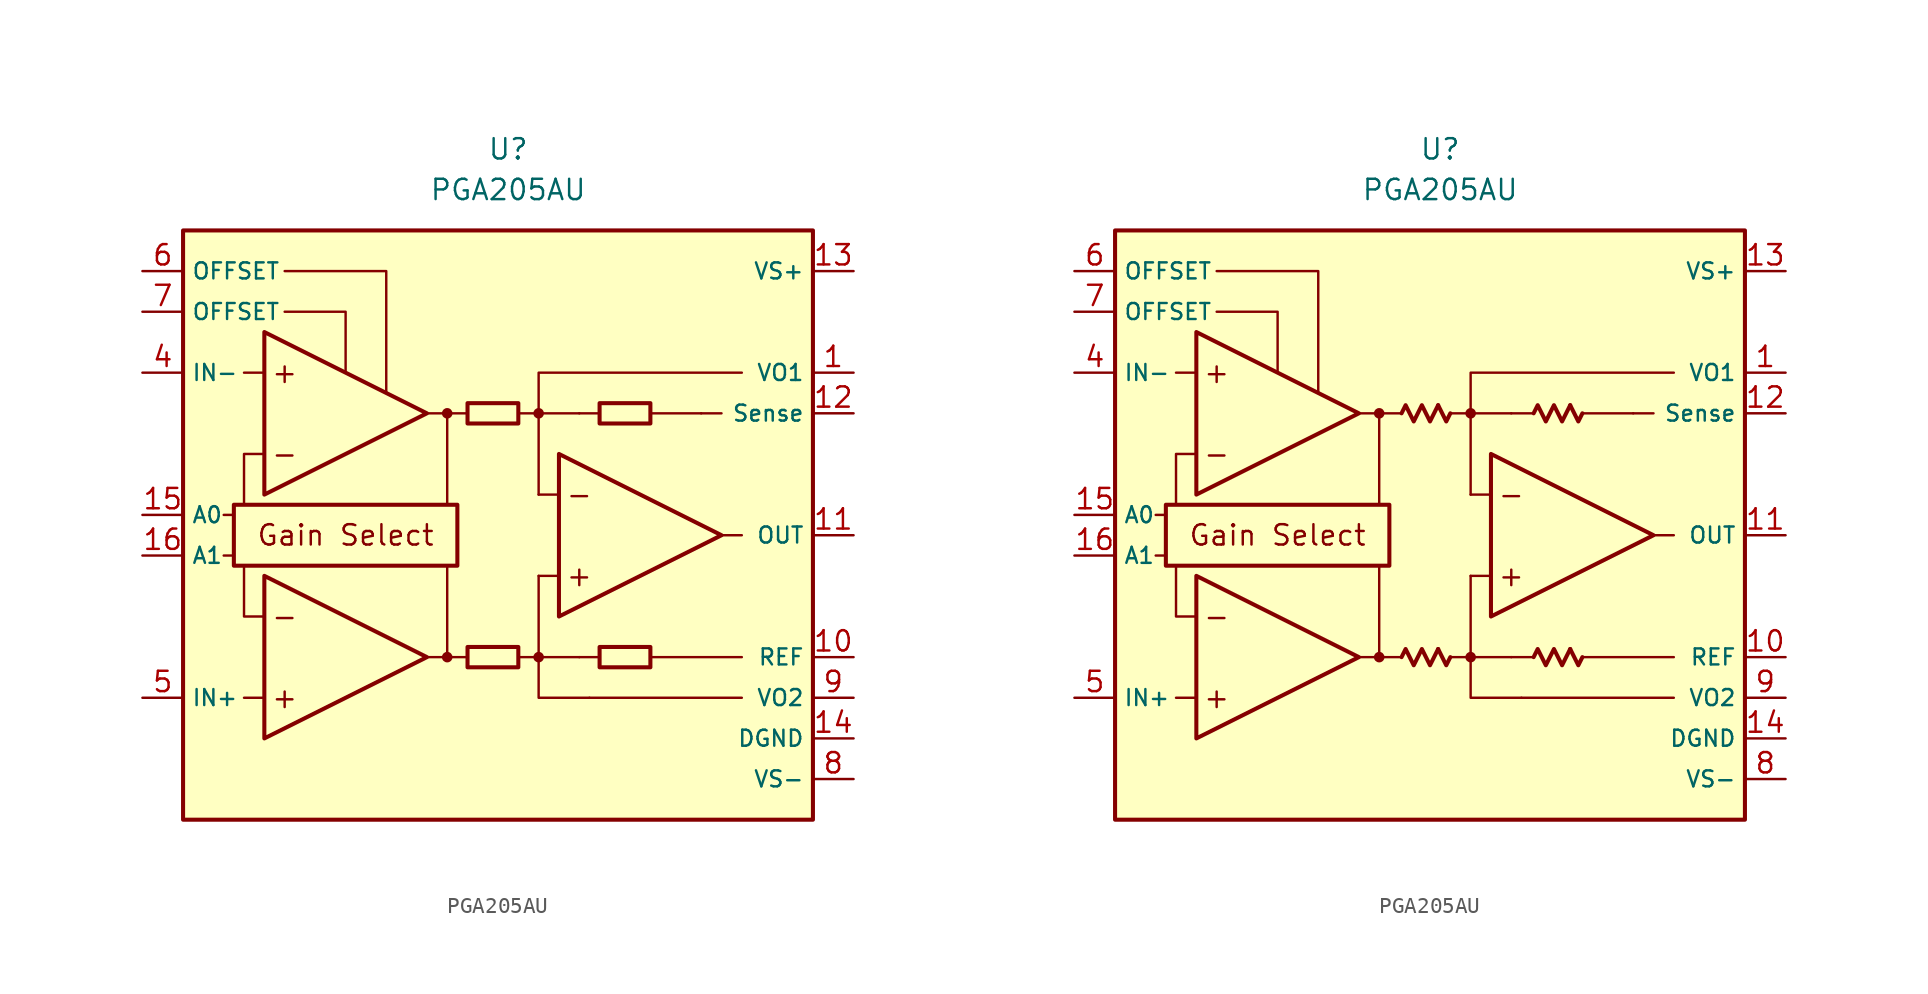
<source format=kicad_sym>
(kicad_symbol_lib
  (version 20231120)
  (generator "kicad_symbol_editor")
  (generator_version "8.0")
  (symbol "PGA205AU"
    (property "Reference" "U"
      (at 0 22.86 0)
      (effects (font (size 1.27 1.27))))
    (property "Value" "PGA205AU"
      (at 0 20.32 0)
      (effects (font (size 1.27 1.27))))
    (symbol "PGA205AU_0_0"
      (rectangle (start -20.32 17.78) (end 19.05 -19.05) (stroke (width 0.254) (type default)) (fill (type background)))
      (rectangle (start -17.145 0.635) (end -3.175 -3.175) (stroke (width 0.254) (type default)) (fill (type none)))
      (circle (center -3.81 -8.89) (radius 0.254) (stroke (width 0.152) (type default)) (fill (type outline)))
      (circle (center -3.81 6.35) (radius 0.254) (stroke (width 0.152) (type default)) (fill (type outline)))
      (polyline (pts (xy -1.27 -8.89)) (stroke (width 0.152) (type default)) (fill (type none)))
      (polyline (pts (xy -1.27 6.35)) (stroke (width 0.152) (type default)) (fill (type none)))
      (polyline (pts (xy 5.715 6.35)) (stroke (width 0.152) (type default)) (fill (type none)))
      (polyline (pts (xy -17.145 -2.54) (xy -17.78 -2.54)) (stroke (width 0.152) (type default)) (fill (type none)))
      (polyline (pts (xy -17.145 0) (xy -17.78 0)) (stroke (width 0.152) (type default)) (fill (type none)))
      (polyline (pts (xy -15.24 -11.43) (xy -16.51 -11.43)) (stroke (width 0.152) (type default)) (fill (type none)))
      (polyline (pts (xy -15.24 8.89) (xy -16.51 8.89)) (stroke (width 0.152) (type default)) (fill (type none)))
      (polyline (pts (xy -5.08 -8.89) (xy -2.54 -8.89)) (stroke (width 0.152) (type default)) (fill (type none)))
      (polyline (pts (xy -5.08 6.35) (xy -2.54 6.35)) (stroke (width 0.152) (type default)) (fill (type none)))
      (polyline (pts (xy -3.81 -8.89) (xy -3.81 -3.175)) (stroke (width 0.152) (type default)) (fill (type none)))
      (polyline (pts (xy -3.81 0.635) (xy -3.81 6.35)) (stroke (width 0.152) (type default)) (fill (type none)))
      (polyline (pts (xy 0.635 -8.89) (xy 1.905 -8.89)) (stroke (width 0.152) (type default)) (fill (type none)))
      (polyline (pts (xy 0.635 6.35) (xy 1.905 6.35)) (stroke (width 0.152) (type default)) (fill (type none)))
      (polyline (pts (xy 3.175 -3.81) (xy 1.905 -3.81)) (stroke (width 0.152) (type default)) (fill (type none)))
      (polyline (pts (xy 3.175 1.27) (xy 1.905 1.27)) (stroke (width 0.152) (type default)) (fill (type none)))
      (polyline (pts (xy 4.445 -8.89) (xy 1.905 -8.89)) (stroke (width 0.152) (type default)) (fill (type none)))
      (polyline (pts (xy 4.445 -8.89) (xy 5.715 -8.89)) (stroke (width 0.152) (type default)) (fill (type none)))
      (polyline (pts (xy 4.445 6.35) (xy 1.905 6.35)) (stroke (width 0.152) (type default)) (fill (type none)))
      (polyline (pts (xy 4.445 6.35) (xy 5.715 6.35)) (stroke (width 0.152) (type default)) (fill (type none)))
      (polyline (pts (xy 8.89 -8.89) (xy 14.605 -8.89)) (stroke (width 0.152) (type default)) (fill (type none)))
      (polyline (pts (xy 8.89 6.35) (xy 12.065 6.35)) (stroke (width 0.152) (type default)) (fill (type none)))
      (polyline (pts (xy 12.065 6.35) (xy 13.335 6.35)) (stroke (width 0.152) (type default)) (fill (type none)))
      (polyline (pts (xy 13.335 -1.27) (xy 14.605 -1.27)) (stroke (width 0.152) (type default)) (fill (type none)))
      (polyline (pts (xy 14.605 -11.43) (xy 5.08 -11.43)) (stroke (width 0.152) (type default)) (fill (type none)))
      (polyline (pts (xy -16.51 -3.175) (xy -16.51 -6.35) (xy -15.24 -6.35)) (stroke (width 0.152) (type default)) (fill (type none)))
      (polyline (pts (xy -15.24 3.81) (xy -16.51 3.81) (xy -16.51 0.635)) (stroke (width 0.152) (type default)) (fill (type none)))
      (polyline (pts (xy -13.97 12.7) (xy -10.16 12.7) (xy -10.16 8.89)) (stroke (width 0.152) (type default)) (fill (type none)))
      (polyline (pts (xy -7.62 7.62) (xy -7.62 15.24) (xy -13.97 15.24)) (stroke (width 0.152) (type default)) (fill (type none)))
      (polyline (pts (xy 1.905 -3.81) (xy 1.905 -11.43) (xy 5.08 -11.43)) (stroke (width 0.152) (type default)) (fill (type none)))
      (polyline (pts (xy 14.605 8.89) (xy 1.905 8.89) (xy 1.905 1.27)) (stroke (width 0.152) (type default)) (fill (type none)))
      (circle (center 1.905 -8.89) (radius 0.254) (stroke (width 0.152) (type default)) (fill (type outline)))
      (circle (center 1.905 6.35) (radius 0.254) (stroke (width 0.152) (type default)) (fill (type outline)))
      (text "+" (at -13.97 -11.43 0) (effects (font (size 1.27 1.27))))
      (text "+" (at -13.97 8.89 0) (effects (font (size 1.27 1.27))))
      (text "+" (at 4.445 -3.81 0) (effects (font (size 1.27 1.27))))
      (text "-" (at -13.97 -6.35 0) (effects (font (size 1.27 1.27))))
      (text "-" (at -13.97 3.81 0) (effects (font (size 1.27 1.27))))
      (text "-" (at 4.445 1.27 0) (effects (font (size 1.27 1.27))))
      (text "Gain Select" (at -10.16 -1.27 0) (effects (font (size 1.27 1.27)))))
    (symbol "PGA205AU_0_1"
      (rectangle (start -2.54 -8.255) (end 0.635 -9.525) (stroke (width 0.254) (type default)) (fill (type none)))
      (rectangle (start -2.54 6.985) (end 0.635 5.715) (stroke (width 0.254) (type default)) (fill (type none)))
      (rectangle (start 5.715 -8.255) (end 8.89 -9.525) (stroke (width 0.254) (type default)) (fill (type none)))
      (rectangle (start 5.715 6.985) (end 8.89 5.715) (stroke (width 0.254) (type default)) (fill (type none))))
    (symbol "PGA205AU_0_2"
      (polyline (pts (xy -0.127 -8.382) (xy 0.381 -9.398) (xy 0.635 -8.89)) (stroke (width 0.254) (type default)) (fill (type none)))
      (polyline (pts (xy -0.127 6.858) (xy 0.381 5.842) (xy 0.635 6.35)) (stroke (width 0.254) (type default)) (fill (type none)))
      (polyline (pts (xy 8.128 -8.382) (xy 8.636 -9.398) (xy 8.89 -8.89)) (stroke (width 0.254) (type default)) (fill (type none)))
      (polyline (pts (xy 8.128 6.858) (xy 8.636 5.842) (xy 8.89 6.35)) (stroke (width 0.254) (type default)) (fill (type none)))
      (polyline (pts (xy -2.413 -8.89) (xy -2.159 -8.382) (xy -1.651 -9.398) (xy -1.143 -8.382) (xy -0.635 -9.398) (xy -0.127 -8.382)) (stroke (width 0.254) (type default)) (fill (type none)))
      (polyline (pts (xy -2.413 6.35) (xy -2.159 6.858) (xy -1.651 5.842) (xy -1.143 6.858) (xy -0.635 5.842) (xy -0.127 6.858)) (stroke (width 0.254) (type default)) (fill (type none)))
      (polyline (pts (xy 5.842 -8.89) (xy 6.096 -8.382) (xy 6.604 -9.398) (xy 7.112 -8.382) (xy 7.62 -9.398) (xy 8.128 -8.382)) (stroke (width 0.254) (type default)) (fill (type none)))
      (polyline (pts (xy 5.842 6.35) (xy 6.096 6.858) (xy 6.604 5.842) (xy 7.112 6.858) (xy 7.62 5.842) (xy 8.128 6.858)) (stroke (width 0.254) (type default)) (fill (type none))))
    (symbol "PGA205AU_1_0"
      (polyline (pts (xy -15.24 -3.81) (xy -15.24 -13.97) (xy -5.08 -8.89) (xy -15.24 -3.81)) (stroke (width 0.254) (type default)) (fill (type background)))
      (polyline (pts (xy -15.24 11.43) (xy -15.24 1.27) (xy -5.08 6.35) (xy -15.24 11.43)) (stroke (width 0.254) (type default)) (fill (type background)))
      (polyline (pts (xy 3.175 3.81) (xy 3.175 -6.35) (xy 13.335 -1.27) (xy 3.175 3.81)) (stroke (width 0.254) (type default)) (fill (type background))))
    (symbol "PGA205AU_1_1"
      (pin passive line (at 21.59 8.89 180) (length 2.54) (name "VO1" (effects (font (size 1 1)))) (number "1" (effects (font (size 1.27 1.27)))))
      (pin passive line (at 21.59 -8.89 180) (length 2.54) (name "REF" (effects (font (size 1 1)))) (number "10" (effects (font (size 1.27 1.27)))))
      (pin output line (at 21.59 -1.27 180) (length 2.54) (name "OUT" (effects (font (size 1 1)))) (number "11" (effects (font (size 1.27 1.27)))))
      (pin passive line (at 21.59 6.35 180) (length 2.54) (name "Sense" (effects (font (size 1 1)))) (number "12" (effects (font (size 1.27 1.27)))))
      (pin power_in line (at 21.59 15.24 180) (length 2.54) (name "VS+" (effects (font (size 1 1)))) (number "13" (effects (font (size 1.27 1.27)))))
      (pin power_in line (at 21.59 -13.97 180) (length 2.54) (name "DGND" (effects (font (size 1 1)))) (number "14" (effects (font (size 1.27 1.27)))))
      (pin input line (at -22.86 0 0) (length 2.54) (name "A0" (effects (font (size 1 1)))) (number "15" (effects (font (size 1.27 1.27)))))
      (pin input line (at -22.86 -2.54 0) (length 2.54) (name "A1" (effects (font (size 1 1)))) (number "16" (effects (font (size 1.27 1.27)))))
      (pin free line (at -1.27 -12.7 0) (length 2.54) hide (name "NC" (effects (font (size 1.27 1.27)))) (number "2" (effects (font (size 1.27 1.27)))))
      (pin free line (at -1.27 -15.24 0) (length 2.54) hide (name "NC" (effects (font (size 1.27 1.27)))) (number "3" (effects (font (size 1.27 1.27)))))
      (pin input line (at -22.86 8.89 0) (length 2.54) (name "IN-" (effects (font (size 1 1)))) (number "4" (effects (font (size 1.27 1.27)))))
      (pin input line (at -22.86 -11.43 0) (length 2.54) (name "IN+" (effects (font (size 1 1)))) (number "5" (effects (font (size 1.27 1.27)))))
      (pin passive line (at -22.86 15.24 0) (length 2.54) (name "OFFSET" (effects (font (size 1 1)))) (number "6" (effects (font (size 1.27 1.27)))))
      (pin passive line (at -22.86 12.7 0) (length 2.54) (name "OFFSET" (effects (font (size 1 1)))) (number "7" (effects (font (size 1.27 1.27)))))
      (pin power_in line (at 21.59 -16.51 180) (length 2.54) (name "VS-" (effects (font (size 1 1)))) (number "8" (effects (font (size 1.27 1.27)))))
      (pin passive line (at 21.59 -11.43 180) (length 2.54) (name "VO2" (effects (font (size 1 1)))) (number "9" (effects (font (size 1.27 1.27))))))
    (symbol "PGA205AU_1_2"
      (pin passive line (at 21.59 8.89 180) (length 2.54) (name "VO1" (effects (font (size 1 1)))) (number "1" (effects (font (size 1.27 1.27)))))
      (pin passive line (at 21.59 -8.89 180) (length 2.54) (name "REF" (effects (font (size 1 1)))) (number "10" (effects (font (size 1.27 1.27)))))
      (pin output line (at 21.59 -1.27 180) (length 2.54) (name "OUT" (effects (font (size 1 1)))) (number "11" (effects (font (size 1.27 1.27)))))
      (pin passive line (at 21.59 6.35 180) (length 2.54) (name "Sense" (effects (font (size 1 1)))) (number "12" (effects (font (size 1.27 1.27)))))
      (pin power_in line (at 21.59 15.24 180) (length 2.54) (name "VS+" (effects (font (size 1 1)))) (number "13" (effects (font (size 1.27 1.27)))))
      (pin power_in line (at 21.59 -13.97 180) (length 2.54) (name "DGND" (effects (font (size 1 1)))) (number "14" (effects (font (size 1.27 1.27)))))
      (pin input line (at -22.86 0 0) (length 2.54) (name "A0" (effects (font (size 1 1)))) (number "15" (effects (font (size 1.27 1.27)))))
      (pin input line (at -22.86 -2.54 0) (length 2.54) (name "A1" (effects (font (size 1 1)))) (number "16" (effects (font (size 1.27 1.27)))))
      (pin free line (at -1.27 -12.7 0) (length 2.54) hide (name "NC" (effects (font (size 1.27 1.27)))) (number "2" (effects (font (size 1.27 1.27)))))
      (pin free line (at -1.27 -15.24 0) (length 2.54) hide (name "NC" (effects (font (size 1.27 1.27)))) (number "3" (effects (font (size 1.27 1.27)))))
      (pin input line (at -22.86 8.89 0) (length 2.54) (name "IN-" (effects (font (size 1 1)))) (number "4" (effects (font (size 1.27 1.27)))))
      (pin input line (at -22.86 -11.43 0) (length 2.54) (name "IN+" (effects (font (size 1 1)))) (number "5" (effects (font (size 1.27 1.27)))))
      (pin passive line (at -22.86 15.24 0) (length 2.54) (name "OFFSET" (effects (font (size 1 1)))) (number "6" (effects (font (size 1.27 1.27)))))
      (pin passive line (at -22.86 12.7 0) (length 2.54) (name "OFFSET" (effects (font (size 1 1)))) (number "7" (effects (font (size 1.27 1.27)))))
      (pin power_in line (at 21.59 -16.51 180) (length 2.54) (name "VS-" (effects (font (size 1 1)))) (number "8" (effects (font (size 1.27 1.27)))))
      (pin passive line (at 21.59 -11.43 180) (length 2.54) (name "VO2" (effects (font (size 1 1)))) (number "9" (effects (font (size 1.27 1.27))))))))
</source>
